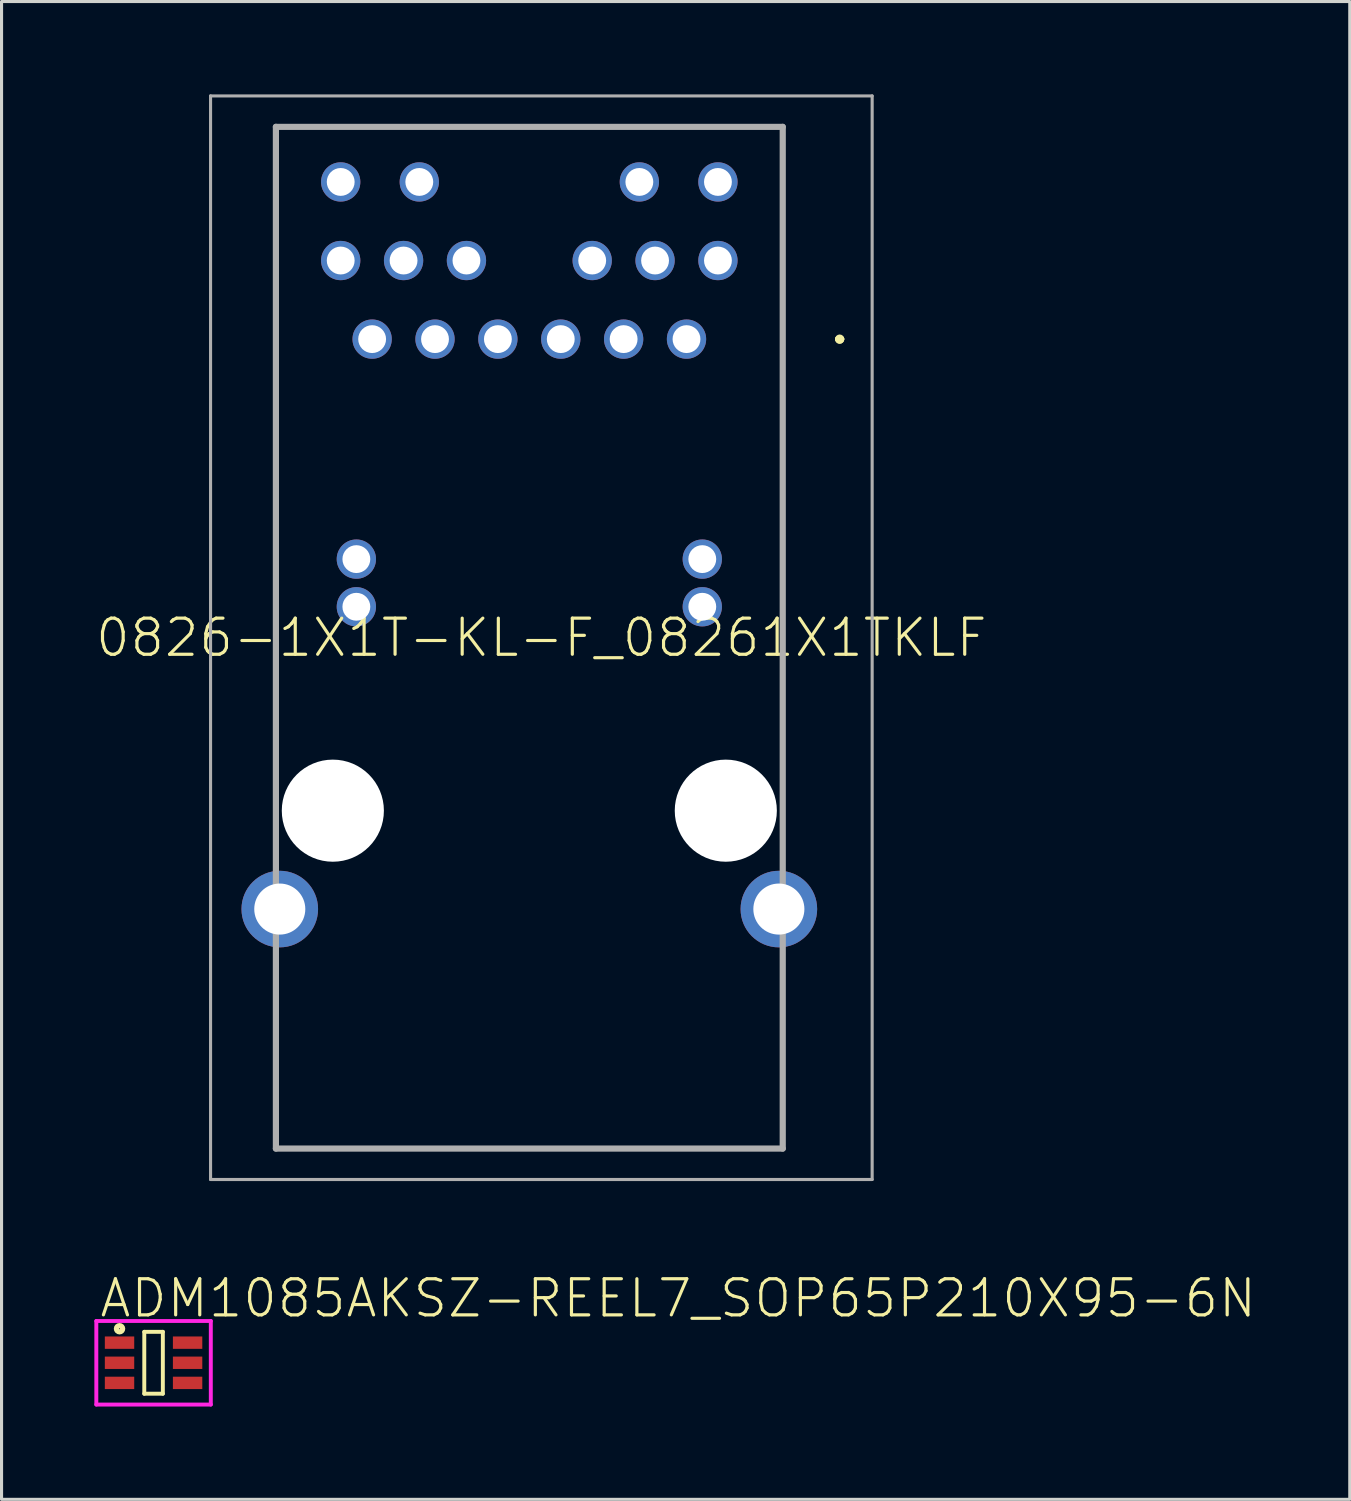
<source format=kicad_pcb>
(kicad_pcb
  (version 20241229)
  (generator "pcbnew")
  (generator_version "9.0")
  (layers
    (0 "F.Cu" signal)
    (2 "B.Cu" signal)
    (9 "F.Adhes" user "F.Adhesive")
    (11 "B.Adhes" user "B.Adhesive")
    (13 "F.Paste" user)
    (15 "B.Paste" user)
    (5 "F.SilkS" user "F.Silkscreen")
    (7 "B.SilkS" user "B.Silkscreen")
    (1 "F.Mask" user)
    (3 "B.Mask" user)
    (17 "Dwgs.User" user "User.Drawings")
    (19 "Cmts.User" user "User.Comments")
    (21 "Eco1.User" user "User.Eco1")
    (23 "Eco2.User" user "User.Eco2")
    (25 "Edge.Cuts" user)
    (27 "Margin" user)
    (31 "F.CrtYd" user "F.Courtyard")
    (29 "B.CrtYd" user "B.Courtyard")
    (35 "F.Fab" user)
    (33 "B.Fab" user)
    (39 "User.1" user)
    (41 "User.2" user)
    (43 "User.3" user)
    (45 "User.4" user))
  (footprint "0826-1X1T-KL-F_08261X1TKLF"
    (layer "F.Cu")
    (at 14.057 23.15)
    (property "Reference" "0826-1X1T-KL-F_08261X1TKLF" (at 0.389 -5.59 0) (unlocked yes) (layer "F.SilkS") (effects (font (size 1.168 1.168) (thickness 0.102))))
    (fp_line (start -8.19 -22.1) (end -8.19 0.76) (stroke (width 0.1) (type solid)) (layer "F.SilkS"))
    (fp_line (start -8.19 10.92) (end -8.19 5.01) (stroke (width 0.1) (type solid)) (layer "F.SilkS"))
    (fp_line (start 8.19 -22.1) (end -8.19 -22.1) (stroke (width 0.1) (type solid)) (layer "F.SilkS"))
    (fp_line (start 8.19 1.26) (end 8.19 -22.1) (stroke (width 0.1) (type solid)) (layer "F.SilkS"))
    (fp_line (start 8.19 5.01) (end 8.19 10.92) (stroke (width 0.1) (type solid)) (layer "F.SilkS"))
    (fp_line (start 8.19 10.92) (end -8.19 10.92) (stroke (width 0.1) (type solid)) (layer "F.SilkS"))
    (fp_arc (start 9.98 -15.24) (mid 10.03 -15.29) (end 10.08 -15.24) (stroke (width 0.2) (type solid)) (layer "F.SilkS"))
    (fp_arc (start 10.08 -15.24) (mid 10.03 -15.19) (end 9.98 -15.24) (stroke (width 0.2) (type solid)) (layer "F.SilkS"))
    (fp_arc (start 10.08 -15.24) (mid 10.03 -15.19) (end 9.98 -15.24) (stroke (width 0.2) (type solid)) (layer "F.SilkS"))
    (fp_line (start -10.302 -23.1) (end 11.08 -23.1) (stroke (width 0.1) (type solid)) (layer "F.Fab"))
    (fp_line (start -10.302 11.92) (end -10.302 -23.1) (stroke (width 0.1) (type solid)) (layer "F.Fab"))
    (fp_line (start -8.19 -22.1) (end -8.19 10.92) (stroke (width 0.2) (type solid)) (layer "F.Fab"))
    (fp_line (start -8.19 10.92) (end 8.19 10.92) (stroke (width 0.2) (type solid)) (layer "F.Fab"))
    (fp_line (start 8.19 -22.1) (end -8.19 -22.1) (stroke (width 0.2) (type solid)) (layer "F.Fab"))
    (fp_line (start 8.19 10.92) (end 8.19 -22.1) (stroke (width 0.2) (type solid)) (layer "F.Fab"))
    (fp_line (start 11.08 -23.1) (end 11.08 11.92) (stroke (width 0.1) (type solid)) (layer "F.Fab"))
    (fp_line (start 11.08 11.92) (end -10.302 11.92) (stroke (width 0.1) (type solid)) (layer "F.Fab"))
    (pad "" np_thru_hole circle (at -6.35 0) (size 3.3 3.3) (drill 3.3) (layers "*.Cu" "*.Mask"))
    (pad "" np_thru_hole circle (at 6.35 0) (size 3.3 3.3) (drill 3.3) (layers "*.Cu" "*.Mask"))
    (pad "1" thru_hole circle (at 5.08 -15.24) (size 1.27 1.27) (drill 0.9) (layers "*.Cu" "*.Mask"))
    (pad "2" thru_hole circle (at 3.048 -15.24) (size 1.27 1.27) (drill 0.9) (layers "*.Cu" "*.Mask"))
    (pad "3" thru_hole circle (at 1.016 -15.24) (size 1.27 1.27) (drill 0.9) (layers "*.Cu" "*.Mask"))
    (pad "4" thru_hole circle (at -1.016 -15.24) (size 1.27 1.27) (drill 0.9) (layers "*.Cu" "*.Mask"))
    (pad "5" thru_hole circle (at -3.048 -15.24) (size 1.27 1.27) (drill 0.9) (layers "*.Cu" "*.Mask"))
    (pad "6" thru_hole circle (at -5.08 -15.24) (size 1.27 1.27) (drill 0.9) (layers "*.Cu" "*.Mask"))
    (pad "7" thru_hole circle (at 6.096 -17.78) (size 1.27 1.27) (drill 0.9) (layers "*.Cu" "*.Mask"))
    (pad "8" thru_hole circle (at 4.064 -17.78) (size 1.27 1.27) (drill 0.9) (layers "*.Cu" "*.Mask"))
    (pad "9" thru_hole circle (at 2.032 -17.78) (size 1.27 1.27) (drill 0.9) (layers "*.Cu" "*.Mask"))
    (pad "10" thru_hole circle (at -2.032 -17.78) (size 1.27 1.27) (drill 0.9) (layers "*.Cu" "*.Mask"))
    (pad "11" thru_hole circle (at -4.064 -17.78) (size 1.27 1.27) (drill 0.9) (layers "*.Cu" "*.Mask"))
    (pad "12" thru_hole circle (at -6.096 -17.78) (size 1.27 1.27) (drill 0.9) (layers "*.Cu" "*.Mask"))
    (pad "13" thru_hole circle (at 5.59 -8.13) (size 1.27 1.27) (drill 0.9) (layers "*.Cu" "*.Mask"))
    (pad "14" thru_hole circle (at -5.59 -8.13) (size 1.27 1.27) (drill 0.9) (layers "*.Cu" "*.Mask"))
    (pad "15" thru_hole circle (at 5.59 -6.59) (size 1.27 1.27) (drill 0.9) (layers "*.Cu" "*.Mask"))
    (pad "16" thru_hole circle (at -5.59 -6.59) (size 1.27 1.27) (drill 0.9) (layers "*.Cu" "*.Mask"))
    (pad "17" thru_hole circle (at 6.096 -20.32) (size 1.27 1.27) (drill 0.9) (layers "*.Cu" "*.Mask"))
    (pad "18" thru_hole circle (at 3.556 -20.32) (size 1.27 1.27) (drill 0.9) (layers "*.Cu" "*.Mask"))
    (pad "19" thru_hole circle (at -3.556 -20.32) (size 1.27 1.27) (drill 0.9) (layers "*.Cu" "*.Mask"))
    (pad "20" thru_hole circle (at -6.096 -20.32) (size 1.27 1.27) (drill 0.9) (layers "*.Cu" "*.Mask"))
    (pad "MH1" thru_hole circle (at 8.065 3.18) (size 2.475 2.475) (drill 1.65) (layers "*.Cu" "*.Mask"))
    (pad "MH2" thru_hole circle (at -8.065 3.18) (size 2.475 2.475) (drill 1.65) (layers "*.Cu" "*.Mask")))
  (footprint "ADM1085AKSZ-REEL7_SOP65P210X95-6N"
    (layer "F.Cu")
    (at 1.913 40.993)
    (property "Reference" "ADM1085AKSZ-REEL7_SOP65P210X95-6N" (at -1.8 -1.4 0) (unlocked yes) (layer "F.SilkS") (effects (font (size 1.168 1.168) (thickness 0.102)) (justify left bottom)))
    (fp_line (start -0.3 -1) (end -0.3 1) (stroke (width 0.127) (type solid)) (layer "F.SilkS"))
    (fp_line (start -0.3 1) (end 0.3 1) (stroke (width 0.127) (type solid)) (layer "F.SilkS"))
    (fp_line (start 0.3 -1) (end -0.3 -1) (stroke (width 0.127) (type solid)) (layer "F.SilkS"))
    (fp_line (start 0.3 1) (end 0.3 -1) (stroke (width 0.127) (type solid)) (layer "F.SilkS"))
    (fp_circle (center -1.1 -1.1) (end -1 -1.1) (stroke (width 0.17) (type solid)) (fill no) (layer "F.SilkS"))
    (fp_line (start -1.85 -1.35) (end -1.85 1.35) (stroke (width 0.127) (type solid)) (layer "F.CrtYd"))
    (fp_line (start -1.85 1.35) (end 1.85 1.35) (stroke (width 0.127) (type solid)) (layer "F.CrtYd"))
    (fp_line (start 1.85 -1.35) (end -1.85 -1.35) (stroke (width 0.127) (type solid)) (layer "F.CrtYd"))
    (fp_line (start 1.85 1.35) (end 1.85 -1.35) (stroke (width 0.127) (type solid)) (layer "F.CrtYd"))
    (pad "1" smd rect (at -1.1 -0.65) (size 0.95 0.4) (layers "F.Cu" "F.Mask" "F.Paste"))
    (pad "2" smd rect (at -1.1 0) (size 0.95 0.4) (layers "F.Cu" "F.Mask" "F.Paste"))
    (pad "3" smd rect (at -1.1 0.65) (size 0.95 0.4) (layers "F.Cu" "F.Mask" "F.Paste"))
    (pad "4" smd rect (at 1.1 0.65) (size 0.95 0.4) (layers "F.Cu" "F.Mask" "F.Paste"))
    (pad "5" smd rect (at 1.1 0) (size 0.95 0.4) (layers "F.Cu" "F.Mask" "F.Paste"))
    (pad "6" smd rect (at 1.1 -0.65) (size 0.95 0.4) (layers "F.Cu" "F.Mask" "F.Paste")))
  (gr_rect
    (start -3 -3)
    (end 40.573 45.407)
    (stroke (width 0.1) (type default))
    (fill no)
    (layer "Edge.Cuts")))
</source>
